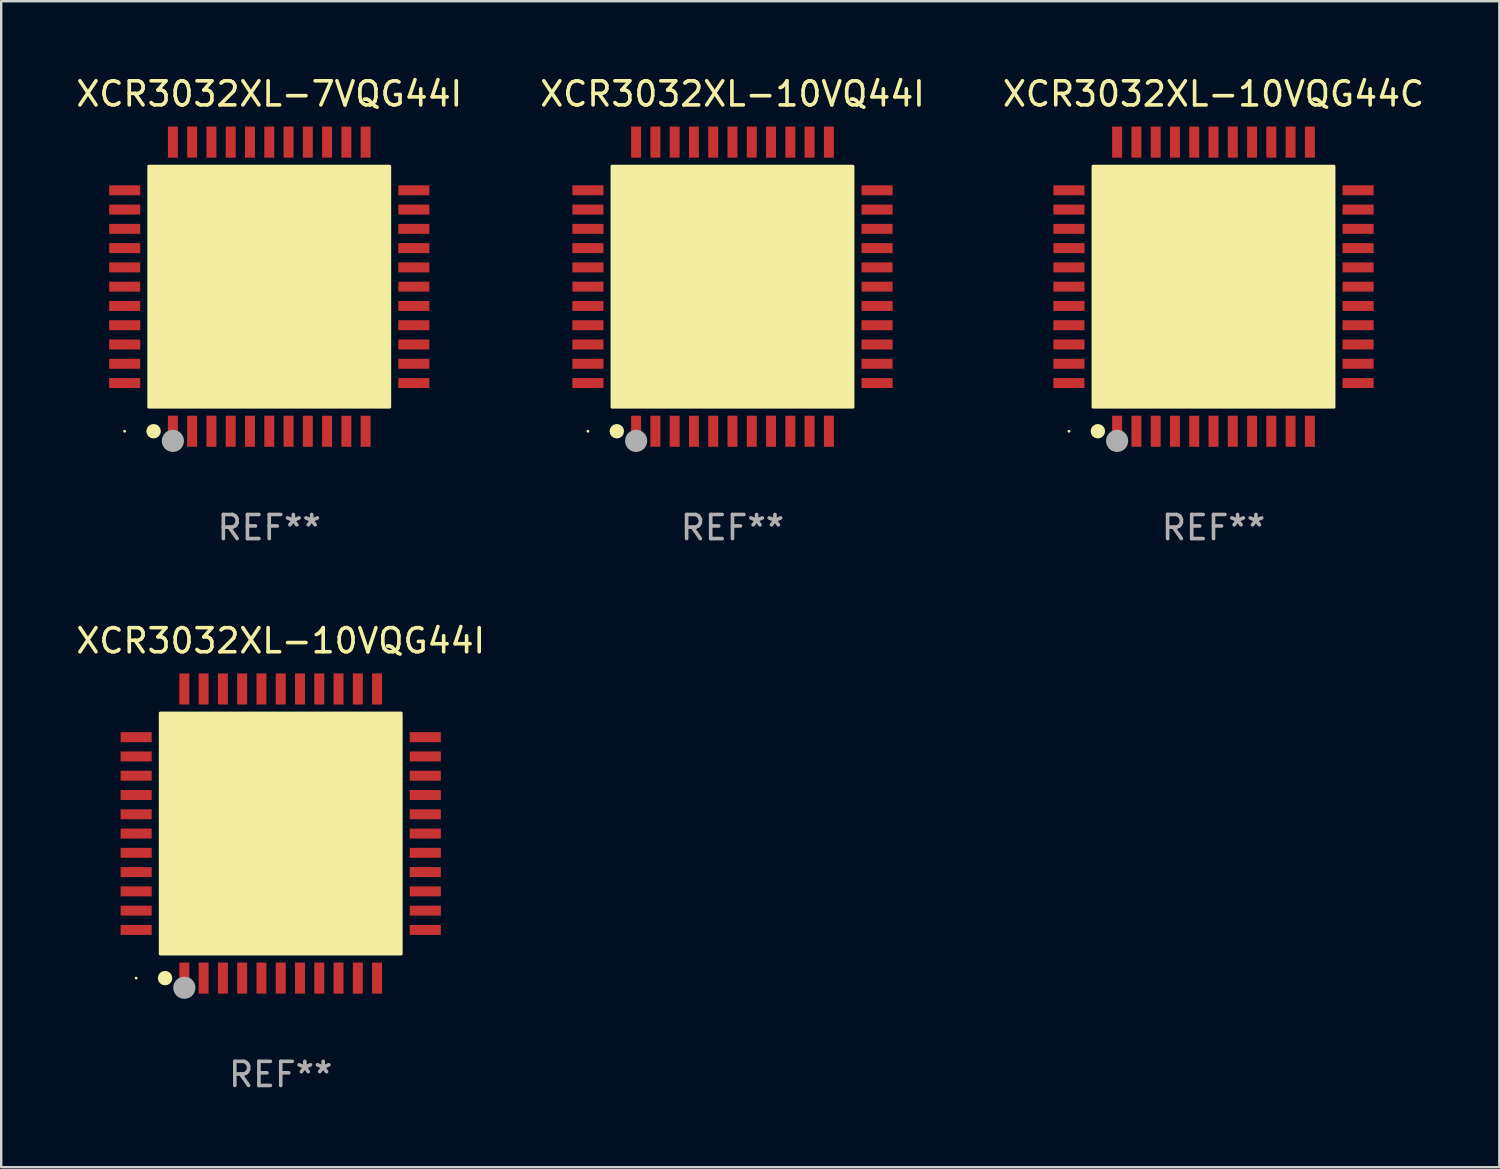
<source format=kicad_pcb>
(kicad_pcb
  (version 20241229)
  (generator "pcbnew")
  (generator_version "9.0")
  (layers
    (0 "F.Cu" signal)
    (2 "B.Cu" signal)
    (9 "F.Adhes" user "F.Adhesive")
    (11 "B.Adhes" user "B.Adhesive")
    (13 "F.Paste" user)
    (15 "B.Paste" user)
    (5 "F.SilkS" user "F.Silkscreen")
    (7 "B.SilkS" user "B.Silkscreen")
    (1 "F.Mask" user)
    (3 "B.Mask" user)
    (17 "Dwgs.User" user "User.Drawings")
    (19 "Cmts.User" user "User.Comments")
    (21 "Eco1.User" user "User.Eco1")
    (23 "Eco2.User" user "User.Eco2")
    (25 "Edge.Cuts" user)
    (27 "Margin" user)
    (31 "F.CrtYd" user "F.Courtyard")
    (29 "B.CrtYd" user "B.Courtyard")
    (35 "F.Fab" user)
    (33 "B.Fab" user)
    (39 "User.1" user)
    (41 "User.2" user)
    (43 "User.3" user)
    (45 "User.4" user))
  (footprint "XCR3032XL-7VQG44I"
    (layer "F.Cu")
    (at 8.125 8.848)
    (property "Reference" "XCR3032XL-7VQG44I" (at 0 -8 0) (layer "F.SilkS") (effects (font (size 1 1) (thickness 0.15))))
    (attr through_hole)
    (fp_circle (center -6 6) (end -5.97 6) (stroke (width 0.06) (type solid)) (fill no) (layer "F.SilkS"))
    (fp_circle (center -4.8 6) (end -4.65 6) (stroke (width 0.3) (type solid)) (fill no) (layer "F.SilkS"))
    (fp_poly (pts (xy -5 -5) (xy 5 -5) (xy 5 5) (xy -5 5)) (stroke (width 0.12) (type solid)) (fill yes) (layer "F.SilkS"))
    (fp_circle (center -4 6.4) (end -3.77 6.4) (stroke (width 0.46) (type solid)) (fill no) (layer "F.Fab"))
    (fp_text user "REF**" (at 0 10 0) (layer "F.Fab") (effects (font (size 1 1) (thickness 0.15))))
    (pad "1" smd rect (at -4 6 90) (size 1.29 0.414) (layers "F.Cu" "F.Mask" "F.Paste"))
    (pad "2" smd rect (at -3.2 6 90) (size 1.29 0.414) (layers "F.Cu" "F.Mask" "F.Paste"))
    (pad "3" smd rect (at -2.4 6 90) (size 1.29 0.414) (layers "F.Cu" "F.Mask" "F.Paste"))
    (pad "4" smd rect (at -1.6 6 90) (size 1.29 0.414) (layers "F.Cu" "F.Mask" "F.Paste"))
    (pad "5" smd rect (at -0.8 6 90) (size 1.29 0.414) (layers "F.Cu" "F.Mask" "F.Paste"))
    (pad "6" smd rect (at 0 6 90) (size 1.29 0.414) (layers "F.Cu" "F.Mask" "F.Paste"))
    (pad "7" smd rect (at 0.8 6 90) (size 1.29 0.414) (layers "F.Cu" "F.Mask" "F.Paste"))
    (pad "8" smd rect (at 1.6 6 90) (size 1.29 0.414) (layers "F.Cu" "F.Mask" "F.Paste"))
    (pad "9" smd rect (at 2.4 6 90) (size 1.29 0.414) (layers "F.Cu" "F.Mask" "F.Paste"))
    (pad "10" smd rect (at 3.2 6 90) (size 1.29 0.414) (layers "F.Cu" "F.Mask" "F.Paste"))
    (pad "11" smd rect (at 4 6 90) (size 1.29 0.414) (layers "F.Cu" "F.Mask" "F.Paste"))
    (pad "12" smd rect (at 6 4 90) (size 0.414 1.29) (layers "F.Cu" "F.Mask" "F.Paste"))
    (pad "13" smd rect (at 6 3.2 90) (size 0.414 1.29) (layers "F.Cu" "F.Mask" "F.Paste"))
    (pad "14" smd rect (at 6 2.4 90) (size 0.414 1.29) (layers "F.Cu" "F.Mask" "F.Paste"))
    (pad "15" smd rect (at 6 1.6 90) (size 0.414 1.29) (layers "F.Cu" "F.Mask" "F.Paste"))
    (pad "16" smd rect (at 6 0.8 90) (size 0.414 1.29) (layers "F.Cu" "F.Mask" "F.Paste"))
    (pad "17" smd rect (at 6 0 90) (size 0.414 1.29) (layers "F.Cu" "F.Mask" "F.Paste"))
    (pad "18" smd rect (at 6 -0.8 90) (size 0.414 1.29) (layers "F.Cu" "F.Mask" "F.Paste"))
    (pad "19" smd rect (at 6 -1.6 90) (size 0.414 1.29) (layers "F.Cu" "F.Mask" "F.Paste"))
    (pad "20" smd rect (at 6 -2.4 90) (size 0.414 1.29) (layers "F.Cu" "F.Mask" "F.Paste"))
    (pad "21" smd rect (at 6 -3.2 90) (size 0.414 1.29) (layers "F.Cu" "F.Mask" "F.Paste"))
    (pad "22" smd rect (at 6 -4 90) (size 0.414 1.29) (layers "F.Cu" "F.Mask" "F.Paste"))
    (pad "23" smd rect (at 4 -6 90) (size 1.29 0.414) (layers "F.Cu" "F.Mask" "F.Paste"))
    (pad "24" smd rect (at 3.2 -6 90) (size 1.29 0.414) (layers "F.Cu" "F.Mask" "F.Paste"))
    (pad "25" smd rect (at 2.4 -6 90) (size 1.29 0.414) (layers "F.Cu" "F.Mask" "F.Paste"))
    (pad "26" smd rect (at 1.6 -6 90) (size 1.29 0.414) (layers "F.Cu" "F.Mask" "F.Paste"))
    (pad "27" smd rect (at 0.8 -6 90) (size 1.29 0.414) (layers "F.Cu" "F.Mask" "F.Paste"))
    (pad "28" smd rect (at 0 -6 90) (size 1.29 0.414) (layers "F.Cu" "F.Mask" "F.Paste"))
    (pad "29" smd rect (at -0.8 -6 90) (size 1.29 0.414) (layers "F.Cu" "F.Mask" "F.Paste"))
    (pad "30" smd rect (at -1.6 -6 90) (size 1.29 0.414) (layers "F.Cu" "F.Mask" "F.Paste"))
    (pad "31" smd rect (at -2.4 -6 90) (size 1.29 0.414) (layers "F.Cu" "F.Mask" "F.Paste"))
    (pad "32" smd rect (at -3.2 -6 90) (size 1.29 0.414) (layers "F.Cu" "F.Mask" "F.Paste"))
    (pad "33" smd rect (at -4 -6 90) (size 1.29 0.414) (layers "F.Cu" "F.Mask" "F.Paste"))
    (pad "34" smd rect (at -6 -4 180) (size 1.29 0.414) (layers "F.Cu" "F.Mask" "F.Paste"))
    (pad "35" smd rect (at -6 -3.2 180) (size 1.29 0.414) (layers "F.Cu" "F.Mask" "F.Paste"))
    (pad "36" smd rect (at -6 -2.4 180) (size 1.29 0.414) (layers "F.Cu" "F.Mask" "F.Paste"))
    (pad "37" smd rect (at -6 -1.6 180) (size 1.29 0.414) (layers "F.Cu" "F.Mask" "F.Paste"))
    (pad "38" smd rect (at -6 -0.8 180) (size 1.29 0.414) (layers "F.Cu" "F.Mask" "F.Paste"))
    (pad "39" smd rect (at -6 0 180) (size 1.29 0.414) (layers "F.Cu" "F.Mask" "F.Paste"))
    (pad "40" smd rect (at -6 0.8 180) (size 1.29 0.414) (layers "F.Cu" "F.Mask" "F.Paste"))
    (pad "41" smd rect (at -6 1.6 180) (size 1.29 0.414) (layers "F.Cu" "F.Mask" "F.Paste"))
    (pad "42" smd rect (at -6 2.4 180) (size 1.29 0.414) (layers "F.Cu" "F.Mask" "F.Paste"))
    (pad "43" smd rect (at -6 3.2 180) (size 1.29 0.414) (layers "F.Cu" "F.Mask" "F.Paste"))
    (pad "44" smd rect (at -6 4 180) (size 1.29 0.414) (layers "F.Cu" "F.Mask" "F.Paste")))
  (footprint "XCR3032XL-10VQG44I"
    (layer "F.Cu")
    (at 8.601 31.545)
    (property "Reference" "XCR3032XL-10VQG44I" (at 0 -8 0) (layer "F.SilkS") (effects (font (size 1 1) (thickness 0.15))))
    (attr through_hole)
    (fp_circle (center -6 6) (end -5.97 6) (stroke (width 0.06) (type solid)) (fill no) (layer "F.SilkS"))
    (fp_circle (center -4.8 6) (end -4.65 6) (stroke (width 0.3) (type solid)) (fill no) (layer "F.SilkS"))
    (fp_poly (pts (xy -5 -5) (xy 5 -5) (xy 5 5) (xy -5 5)) (stroke (width 0.12) (type solid)) (fill yes) (layer "F.SilkS"))
    (fp_circle (center -4 6.4) (end -3.77 6.4) (stroke (width 0.46) (type solid)) (fill no) (layer "F.Fab"))
    (fp_text user "REF**" (at 0 10 0) (layer "F.Fab") (effects (font (size 1 1) (thickness 0.15))))
    (pad "1" smd rect (at -4 6 90) (size 1.29 0.414) (layers "F.Cu" "F.Mask" "F.Paste"))
    (pad "2" smd rect (at -3.2 6 90) (size 1.29 0.414) (layers "F.Cu" "F.Mask" "F.Paste"))
    (pad "3" smd rect (at -2.4 6 90) (size 1.29 0.414) (layers "F.Cu" "F.Mask" "F.Paste"))
    (pad "4" smd rect (at -1.6 6 90) (size 1.29 0.414) (layers "F.Cu" "F.Mask" "F.Paste"))
    (pad "5" smd rect (at -0.8 6 90) (size 1.29 0.414) (layers "F.Cu" "F.Mask" "F.Paste"))
    (pad "6" smd rect (at 0 6 90) (size 1.29 0.414) (layers "F.Cu" "F.Mask" "F.Paste"))
    (pad "7" smd rect (at 0.8 6 90) (size 1.29 0.414) (layers "F.Cu" "F.Mask" "F.Paste"))
    (pad "8" smd rect (at 1.6 6 90) (size 1.29 0.414) (layers "F.Cu" "F.Mask" "F.Paste"))
    (pad "9" smd rect (at 2.4 6 90) (size 1.29 0.414) (layers "F.Cu" "F.Mask" "F.Paste"))
    (pad "10" smd rect (at 3.2 6 90) (size 1.29 0.414) (layers "F.Cu" "F.Mask" "F.Paste"))
    (pad "11" smd rect (at 4 6 90) (size 1.29 0.414) (layers "F.Cu" "F.Mask" "F.Paste"))
    (pad "12" smd rect (at 6 4 90) (size 0.414 1.29) (layers "F.Cu" "F.Mask" "F.Paste"))
    (pad "13" smd rect (at 6 3.2 90) (size 0.414 1.29) (layers "F.Cu" "F.Mask" "F.Paste"))
    (pad "14" smd rect (at 6 2.4 90) (size 0.414 1.29) (layers "F.Cu" "F.Mask" "F.Paste"))
    (pad "15" smd rect (at 6 1.6 90) (size 0.414 1.29) (layers "F.Cu" "F.Mask" "F.Paste"))
    (pad "16" smd rect (at 6 0.8 90) (size 0.414 1.29) (layers "F.Cu" "F.Mask" "F.Paste"))
    (pad "17" smd rect (at 6 0 90) (size 0.414 1.29) (layers "F.Cu" "F.Mask" "F.Paste"))
    (pad "18" smd rect (at 6 -0.8 90) (size 0.414 1.29) (layers "F.Cu" "F.Mask" "F.Paste"))
    (pad "19" smd rect (at 6 -1.6 90) (size 0.414 1.29) (layers "F.Cu" "F.Mask" "F.Paste"))
    (pad "20" smd rect (at 6 -2.4 90) (size 0.414 1.29) (layers "F.Cu" "F.Mask" "F.Paste"))
    (pad "21" smd rect (at 6 -3.2 90) (size 0.414 1.29) (layers "F.Cu" "F.Mask" "F.Paste"))
    (pad "22" smd rect (at 6 -4 90) (size 0.414 1.29) (layers "F.Cu" "F.Mask" "F.Paste"))
    (pad "23" smd rect (at 4 -6 90) (size 1.29 0.414) (layers "F.Cu" "F.Mask" "F.Paste"))
    (pad "24" smd rect (at 3.2 -6 90) (size 1.29 0.414) (layers "F.Cu" "F.Mask" "F.Paste"))
    (pad "25" smd rect (at 2.4 -6 90) (size 1.29 0.414) (layers "F.Cu" "F.Mask" "F.Paste"))
    (pad "26" smd rect (at 1.6 -6 90) (size 1.29 0.414) (layers "F.Cu" "F.Mask" "F.Paste"))
    (pad "27" smd rect (at 0.8 -6 90) (size 1.29 0.414) (layers "F.Cu" "F.Mask" "F.Paste"))
    (pad "28" smd rect (at 0 -6 90) (size 1.29 0.414) (layers "F.Cu" "F.Mask" "F.Paste"))
    (pad "29" smd rect (at -0.8 -6 90) (size 1.29 0.414) (layers "F.Cu" "F.Mask" "F.Paste"))
    (pad "30" smd rect (at -1.6 -6 90) (size 1.29 0.414) (layers "F.Cu" "F.Mask" "F.Paste"))
    (pad "31" smd rect (at -2.4 -6 90) (size 1.29 0.414) (layers "F.Cu" "F.Mask" "F.Paste"))
    (pad "32" smd rect (at -3.2 -6 90) (size 1.29 0.414) (layers "F.Cu" "F.Mask" "F.Paste"))
    (pad "33" smd rect (at -4 -6 90) (size 1.29 0.414) (layers "F.Cu" "F.Mask" "F.Paste"))
    (pad "34" smd rect (at -6 -4 180) (size 1.29 0.414) (layers "F.Cu" "F.Mask" "F.Paste"))
    (pad "35" smd rect (at -6 -3.2 180) (size 1.29 0.414) (layers "F.Cu" "F.Mask" "F.Paste"))
    (pad "36" smd rect (at -6 -2.4 180) (size 1.29 0.414) (layers "F.Cu" "F.Mask" "F.Paste"))
    (pad "37" smd rect (at -6 -1.6 180) (size 1.29 0.414) (layers "F.Cu" "F.Mask" "F.Paste"))
    (pad "38" smd rect (at -6 -0.8 180) (size 1.29 0.414) (layers "F.Cu" "F.Mask" "F.Paste"))
    (pad "39" smd rect (at -6 0 180) (size 1.29 0.414) (layers "F.Cu" "F.Mask" "F.Paste"))
    (pad "40" smd rect (at -6 0.8 180) (size 1.29 0.414) (layers "F.Cu" "F.Mask" "F.Paste"))
    (pad "41" smd rect (at -6 1.6 180) (size 1.29 0.414) (layers "F.Cu" "F.Mask" "F.Paste"))
    (pad "42" smd rect (at -6 2.4 180) (size 1.29 0.414) (layers "F.Cu" "F.Mask" "F.Paste"))
    (pad "43" smd rect (at -6 3.2 180) (size 1.29 0.414) (layers "F.Cu" "F.Mask" "F.Paste"))
    (pad "44" smd rect (at -6 4 180) (size 1.29 0.414) (layers "F.Cu" "F.Mask" "F.Paste")))
  (footprint "XCR3032XL-10VQG44C"
    (layer "F.Cu")
    (at 47.315 8.848)
    (property "Reference" "XCR3032XL-10VQG44C" (at 0 -8 0) (layer "F.SilkS") (effects (font (size 1 1) (thickness 0.15))))
    (attr through_hole)
    (fp_circle (center -6 6) (end -5.97 6) (stroke (width 0.06) (type solid)) (fill no) (layer "F.SilkS"))
    (fp_circle (center -4.8 6) (end -4.65 6) (stroke (width 0.3) (type solid)) (fill no) (layer "F.SilkS"))
    (fp_poly (pts (xy -5 -5) (xy 5 -5) (xy 5 5) (xy -5 5)) (stroke (width 0.12) (type solid)) (fill yes) (layer "F.SilkS"))
    (fp_circle (center -4 6.4) (end -3.77 6.4) (stroke (width 0.46) (type solid)) (fill no) (layer "F.Fab"))
    (fp_text user "REF**" (at 0 10 0) (layer "F.Fab") (effects (font (size 1 1) (thickness 0.15))))
    (pad "1" smd rect (at -4 6 90) (size 1.29 0.414) (layers "F.Cu" "F.Mask" "F.Paste"))
    (pad "2" smd rect (at -3.2 6 90) (size 1.29 0.414) (layers "F.Cu" "F.Mask" "F.Paste"))
    (pad "3" smd rect (at -2.4 6 90) (size 1.29 0.414) (layers "F.Cu" "F.Mask" "F.Paste"))
    (pad "4" smd rect (at -1.6 6 90) (size 1.29 0.414) (layers "F.Cu" "F.Mask" "F.Paste"))
    (pad "5" smd rect (at -0.8 6 90) (size 1.29 0.414) (layers "F.Cu" "F.Mask" "F.Paste"))
    (pad "6" smd rect (at 0 6 90) (size 1.29 0.414) (layers "F.Cu" "F.Mask" "F.Paste"))
    (pad "7" smd rect (at 0.8 6 90) (size 1.29 0.414) (layers "F.Cu" "F.Mask" "F.Paste"))
    (pad "8" smd rect (at 1.6 6 90) (size 1.29 0.414) (layers "F.Cu" "F.Mask" "F.Paste"))
    (pad "9" smd rect (at 2.4 6 90) (size 1.29 0.414) (layers "F.Cu" "F.Mask" "F.Paste"))
    (pad "10" smd rect (at 3.2 6 90) (size 1.29 0.414) (layers "F.Cu" "F.Mask" "F.Paste"))
    (pad "11" smd rect (at 4 6 90) (size 1.29 0.414) (layers "F.Cu" "F.Mask" "F.Paste"))
    (pad "12" smd rect (at 6 4 90) (size 0.414 1.29) (layers "F.Cu" "F.Mask" "F.Paste"))
    (pad "13" smd rect (at 6 3.2 90) (size 0.414 1.29) (layers "F.Cu" "F.Mask" "F.Paste"))
    (pad "14" smd rect (at 6 2.4 90) (size 0.414 1.29) (layers "F.Cu" "F.Mask" "F.Paste"))
    (pad "15" smd rect (at 6 1.6 90) (size 0.414 1.29) (layers "F.Cu" "F.Mask" "F.Paste"))
    (pad "16" smd rect (at 6 0.8 90) (size 0.414 1.29) (layers "F.Cu" "F.Mask" "F.Paste"))
    (pad "17" smd rect (at 6 0 90) (size 0.414 1.29) (layers "F.Cu" "F.Mask" "F.Paste"))
    (pad "18" smd rect (at 6 -0.8 90) (size 0.414 1.29) (layers "F.Cu" "F.Mask" "F.Paste"))
    (pad "19" smd rect (at 6 -1.6 90) (size 0.414 1.29) (layers "F.Cu" "F.Mask" "F.Paste"))
    (pad "20" smd rect (at 6 -2.4 90) (size 0.414 1.29) (layers "F.Cu" "F.Mask" "F.Paste"))
    (pad "21" smd rect (at 6 -3.2 90) (size 0.414 1.29) (layers "F.Cu" "F.Mask" "F.Paste"))
    (pad "22" smd rect (at 6 -4 90) (size 0.414 1.29) (layers "F.Cu" "F.Mask" "F.Paste"))
    (pad "23" smd rect (at 4 -6 90) (size 1.29 0.414) (layers "F.Cu" "F.Mask" "F.Paste"))
    (pad "24" smd rect (at 3.2 -6 90) (size 1.29 0.414) (layers "F.Cu" "F.Mask" "F.Paste"))
    (pad "25" smd rect (at 2.4 -6 90) (size 1.29 0.414) (layers "F.Cu" "F.Mask" "F.Paste"))
    (pad "26" smd rect (at 1.6 -6 90) (size 1.29 0.414) (layers "F.Cu" "F.Mask" "F.Paste"))
    (pad "27" smd rect (at 0.8 -6 90) (size 1.29 0.414) (layers "F.Cu" "F.Mask" "F.Paste"))
    (pad "28" smd rect (at 0 -6 90) (size 1.29 0.414) (layers "F.Cu" "F.Mask" "F.Paste"))
    (pad "29" smd rect (at -0.8 -6 90) (size 1.29 0.414) (layers "F.Cu" "F.Mask" "F.Paste"))
    (pad "30" smd rect (at -1.6 -6 90) (size 1.29 0.414) (layers "F.Cu" "F.Mask" "F.Paste"))
    (pad "31" smd rect (at -2.4 -6 90) (size 1.29 0.414) (layers "F.Cu" "F.Mask" "F.Paste"))
    (pad "32" smd rect (at -3.2 -6 90) (size 1.29 0.414) (layers "F.Cu" "F.Mask" "F.Paste"))
    (pad "33" smd rect (at -4 -6 90) (size 1.29 0.414) (layers "F.Cu" "F.Mask" "F.Paste"))
    (pad "34" smd rect (at -6 -4 180) (size 1.29 0.414) (layers "F.Cu" "F.Mask" "F.Paste"))
    (pad "35" smd rect (at -6 -3.2 180) (size 1.29 0.414) (layers "F.Cu" "F.Mask" "F.Paste"))
    (pad "36" smd rect (at -6 -2.4 180) (size 1.29 0.414) (layers "F.Cu" "F.Mask" "F.Paste"))
    (pad "37" smd rect (at -6 -1.6 180) (size 1.29 0.414) (layers "F.Cu" "F.Mask" "F.Paste"))
    (pad "38" smd rect (at -6 -0.8 180) (size 1.29 0.414) (layers "F.Cu" "F.Mask" "F.Paste"))
    (pad "39" smd rect (at -6 0 180) (size 1.29 0.414) (layers "F.Cu" "F.Mask" "F.Paste"))
    (pad "40" smd rect (at -6 0.8 180) (size 1.29 0.414) (layers "F.Cu" "F.Mask" "F.Paste"))
    (pad "41" smd rect (at -6 1.6 180) (size 1.29 0.414) (layers "F.Cu" "F.Mask" "F.Paste"))
    (pad "42" smd rect (at -6 2.4 180) (size 1.29 0.414) (layers "F.Cu" "F.Mask" "F.Paste"))
    (pad "43" smd rect (at -6 3.2 180) (size 1.29 0.414) (layers "F.Cu" "F.Mask" "F.Paste"))
    (pad "44" smd rect (at -6 4 180) (size 1.29 0.414) (layers "F.Cu" "F.Mask" "F.Paste")))
  (footprint "XCR3032XL-10VQ44I"
    (layer "F.Cu")
    (at 27.351 8.848)
    (property "Reference" "XCR3032XL-10VQ44I" (at 0 -8 0) (layer "F.SilkS") (effects (font (size 1 1) (thickness 0.15))))
    (attr through_hole)
    (fp_circle (center -6 6) (end -5.97 6) (stroke (width 0.06) (type solid)) (fill no) (layer "F.SilkS"))
    (fp_circle (center -4.8 6) (end -4.65 6) (stroke (width 0.3) (type solid)) (fill no) (layer "F.SilkS"))
    (fp_poly (pts (xy -5 -5) (xy 5 -5) (xy 5 5) (xy -5 5)) (stroke (width 0.12) (type solid)) (fill yes) (layer "F.SilkS"))
    (fp_circle (center -4 6.4) (end -3.77 6.4) (stroke (width 0.46) (type solid)) (fill no) (layer "F.Fab"))
    (fp_text user "REF**" (at 0 10 0) (layer "F.Fab") (effects (font (size 1 1) (thickness 0.15))))
    (pad "1" smd rect (at -4 6 90) (size 1.29 0.414) (layers "F.Cu" "F.Mask" "F.Paste"))
    (pad "2" smd rect (at -3.2 6 90) (size 1.29 0.414) (layers "F.Cu" "F.Mask" "F.Paste"))
    (pad "3" smd rect (at -2.4 6 90) (size 1.29 0.414) (layers "F.Cu" "F.Mask" "F.Paste"))
    (pad "4" smd rect (at -1.6 6 90) (size 1.29 0.414) (layers "F.Cu" "F.Mask" "F.Paste"))
    (pad "5" smd rect (at -0.8 6 90) (size 1.29 0.414) (layers "F.Cu" "F.Mask" "F.Paste"))
    (pad "6" smd rect (at 0 6 90) (size 1.29 0.414) (layers "F.Cu" "F.Mask" "F.Paste"))
    (pad "7" smd rect (at 0.8 6 90) (size 1.29 0.414) (layers "F.Cu" "F.Mask" "F.Paste"))
    (pad "8" smd rect (at 1.6 6 90) (size 1.29 0.414) (layers "F.Cu" "F.Mask" "F.Paste"))
    (pad "9" smd rect (at 2.4 6 90) (size 1.29 0.414) (layers "F.Cu" "F.Mask" "F.Paste"))
    (pad "10" smd rect (at 3.2 6 90) (size 1.29 0.414) (layers "F.Cu" "F.Mask" "F.Paste"))
    (pad "11" smd rect (at 4 6 90) (size 1.29 0.414) (layers "F.Cu" "F.Mask" "F.Paste"))
    (pad "12" smd rect (at 6 4 90) (size 0.414 1.29) (layers "F.Cu" "F.Mask" "F.Paste"))
    (pad "13" smd rect (at 6 3.2 90) (size 0.414 1.29) (layers "F.Cu" "F.Mask" "F.Paste"))
    (pad "14" smd rect (at 6 2.4 90) (size 0.414 1.29) (layers "F.Cu" "F.Mask" "F.Paste"))
    (pad "15" smd rect (at 6 1.6 90) (size 0.414 1.29) (layers "F.Cu" "F.Mask" "F.Paste"))
    (pad "16" smd rect (at 6 0.8 90) (size 0.414 1.29) (layers "F.Cu" "F.Mask" "F.Paste"))
    (pad "17" smd rect (at 6 0 90) (size 0.414 1.29) (layers "F.Cu" "F.Mask" "F.Paste"))
    (pad "18" smd rect (at 6 -0.8 90) (size 0.414 1.29) (layers "F.Cu" "F.Mask" "F.Paste"))
    (pad "19" smd rect (at 6 -1.6 90) (size 0.414 1.29) (layers "F.Cu" "F.Mask" "F.Paste"))
    (pad "20" smd rect (at 6 -2.4 90) (size 0.414 1.29) (layers "F.Cu" "F.Mask" "F.Paste"))
    (pad "21" smd rect (at 6 -3.2 90) (size 0.414 1.29) (layers "F.Cu" "F.Mask" "F.Paste"))
    (pad "22" smd rect (at 6 -4 90) (size 0.414 1.29) (layers "F.Cu" "F.Mask" "F.Paste"))
    (pad "23" smd rect (at 4 -6 90) (size 1.29 0.414) (layers "F.Cu" "F.Mask" "F.Paste"))
    (pad "24" smd rect (at 3.2 -6 90) (size 1.29 0.414) (layers "F.Cu" "F.Mask" "F.Paste"))
    (pad "25" smd rect (at 2.4 -6 90) (size 1.29 0.414) (layers "F.Cu" "F.Mask" "F.Paste"))
    (pad "26" smd rect (at 1.6 -6 90) (size 1.29 0.414) (layers "F.Cu" "F.Mask" "F.Paste"))
    (pad "27" smd rect (at 0.8 -6 90) (size 1.29 0.414) (layers "F.Cu" "F.Mask" "F.Paste"))
    (pad "28" smd rect (at 0 -6 90) (size 1.29 0.414) (layers "F.Cu" "F.Mask" "F.Paste"))
    (pad "29" smd rect (at -0.8 -6 90) (size 1.29 0.414) (layers "F.Cu" "F.Mask" "F.Paste"))
    (pad "30" smd rect (at -1.6 -6 90) (size 1.29 0.414) (layers "F.Cu" "F.Mask" "F.Paste"))
    (pad "31" smd rect (at -2.4 -6 90) (size 1.29 0.414) (layers "F.Cu" "F.Mask" "F.Paste"))
    (pad "32" smd rect (at -3.2 -6 90) (size 1.29 0.414) (layers "F.Cu" "F.Mask" "F.Paste"))
    (pad "33" smd rect (at -4 -6 90) (size 1.29 0.414) (layers "F.Cu" "F.Mask" "F.Paste"))
    (pad "34" smd rect (at -6 -4 180) (size 1.29 0.414) (layers "F.Cu" "F.Mask" "F.Paste"))
    (pad "35" smd rect (at -6 -3.2 180) (size 1.29 0.414) (layers "F.Cu" "F.Mask" "F.Paste"))
    (pad "36" smd rect (at -6 -2.4 180) (size 1.29 0.414) (layers "F.Cu" "F.Mask" "F.Paste"))
    (pad "37" smd rect (at -6 -1.6 180) (size 1.29 0.414) (layers "F.Cu" "F.Mask" "F.Paste"))
    (pad "38" smd rect (at -6 -0.8 180) (size 1.29 0.414) (layers "F.Cu" "F.Mask" "F.Paste"))
    (pad "39" smd rect (at -6 0 180) (size 1.29 0.414) (layers "F.Cu" "F.Mask" "F.Paste"))
    (pad "40" smd rect (at -6 0.8 180) (size 1.29 0.414) (layers "F.Cu" "F.Mask" "F.Paste"))
    (pad "41" smd rect (at -6 1.6 180) (size 1.29 0.414) (layers "F.Cu" "F.Mask" "F.Paste"))
    (pad "42" smd rect (at -6 2.4 180) (size 1.29 0.414) (layers "F.Cu" "F.Mask" "F.Paste"))
    (pad "43" smd rect (at -6 3.2 180) (size 1.29 0.414) (layers "F.Cu" "F.Mask" "F.Paste"))
    (pad "44" smd rect (at -6 4 180) (size 1.29 0.414) (layers "F.Cu" "F.Mask" "F.Paste")))
  (gr_rect
    (start -3 -3)
    (end 59.179 45.393)
    (stroke (width 0.1) (type default))
    (fill no)
    (layer "Edge.Cuts")))
</source>
